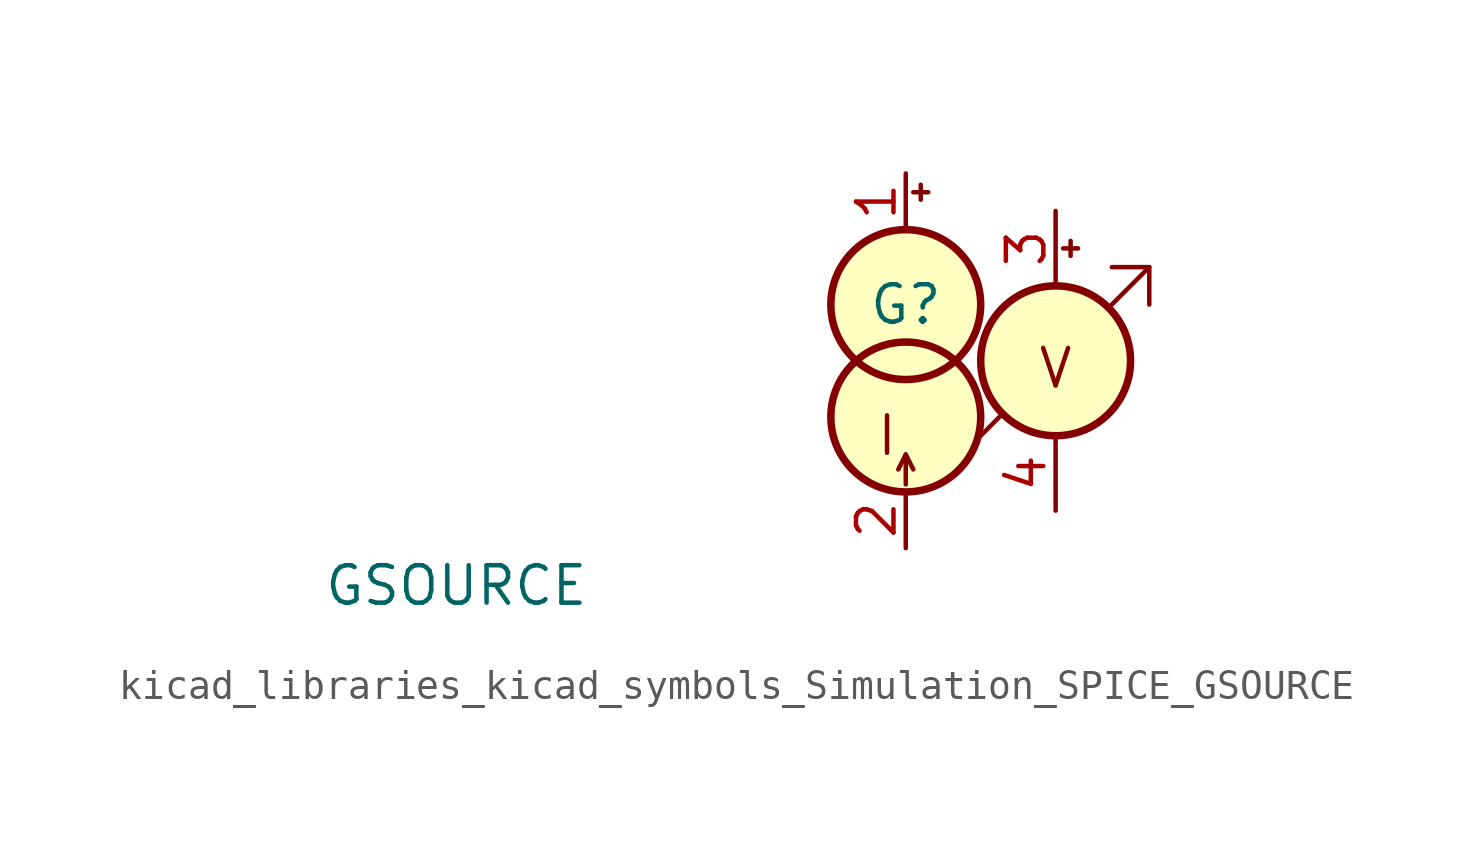
<source format=kicad_sym>
(kicad_symbol_lib
  (version 20220914)
  (generator kicad_symbol_editor)
  (symbol "kicad_libraries_kicad_symbols_Simulation_SPICE_GSOURCE"
    (pin_names
      (offset 1.016) hide)
    (property "Reference" "G"
      (at 0 1.905 0)
      (effects (font (size 1.27 1.27))))
    (property "Value" "GSOURCE"
      (at -15.24 -7.62 0)
      (effects (font (size 1.27 1.27))))
    (symbol "kicad_libraries_kicad_symbols_Simulation_SPICE_GSOURCE_0_1"
      (circle (center 0 -1.905) (radius 2.54) (stroke (width 0.254) (type default)) (fill (type background)))
      (polyline (pts (xy 0 -3.175) (xy 0 -4.191)) (stroke (width 0) (type default)) (fill (type none)))
      (polyline (pts (xy 0.254 -3.683) (xy 0 -3.175) (xy -0.254 -3.683)) (stroke (width 0) (type default)) (fill (type none)))
      (circle (center 0 1.905) (radius 2.54) (stroke (width 0.254) (type default)) (fill (type background)))
      (text "I" (at -0.635 -2.54 0) (effects (font (size 1.27 1.27)))))
    (symbol "kicad_libraries_kicad_symbols_Simulation_SPICE_GSOURCE_1_1"
      (polyline (pts (xy 0.254 5.715) (xy 0.762 5.715)) (stroke (width 0) (type default)) (fill (type none)))
      (polyline (pts (xy 0.508 5.969) (xy 0.508 5.461)) (stroke (width 0) (type default)) (fill (type none)))
      (polyline (pts (xy 2.54 -2.54) (xy 3.175 -1.905)) (stroke (width 0) (type default)) (fill (type none)))
      (polyline (pts (xy 5.334 3.81) (xy 5.842 3.81)) (stroke (width 0) (type default)) (fill (type none)))
      (polyline (pts (xy 5.588 4.064) (xy 5.588 3.556)) (stroke (width 0) (type default)) (fill (type none)))
      (polyline (pts (xy 6.985 1.905) (xy 8.255 3.175)) (stroke (width 0) (type default)) (fill (type none)))
      (polyline (pts (xy 6.985 3.175) (xy 8.255 3.175) (xy 8.255 1.905)) (stroke (width 0) (type default)) (fill (type none)))
      (circle (center 5.08 0) (radius 2.54) (stroke (width 0.254) (type default)) (fill (type background)))
      (text "V" (at 5.08 -0.254 0) (effects (font (size 1.27 1.27))))
      (pin input line (at 0 6.35 270) (length 1.905) (name "N+" (effects (font (size 1.27 1.27)))) (number "1" (effects (font (size 1.27 1.27)))))
      (pin input line (at 0 -6.35 90) (length 1.905) (name "N-" (effects (font (size 1.27 1.27)))) (number "2" (effects (font (size 1.27 1.27)))))
      (pin passive line (at 5.08 5.08 270) (length 2.54) (name "C+" (effects (font (size 1.27 1.27)))) (number "3" (effects (font (size 1.27 1.27)))))
      (pin passive line (at 5.08 -5.08 90) (length 2.54) (name "C-" (effects (font (size 1.27 1.27)))) (number "4" (effects (font (size 1.27 1.27))))))))
</source>
